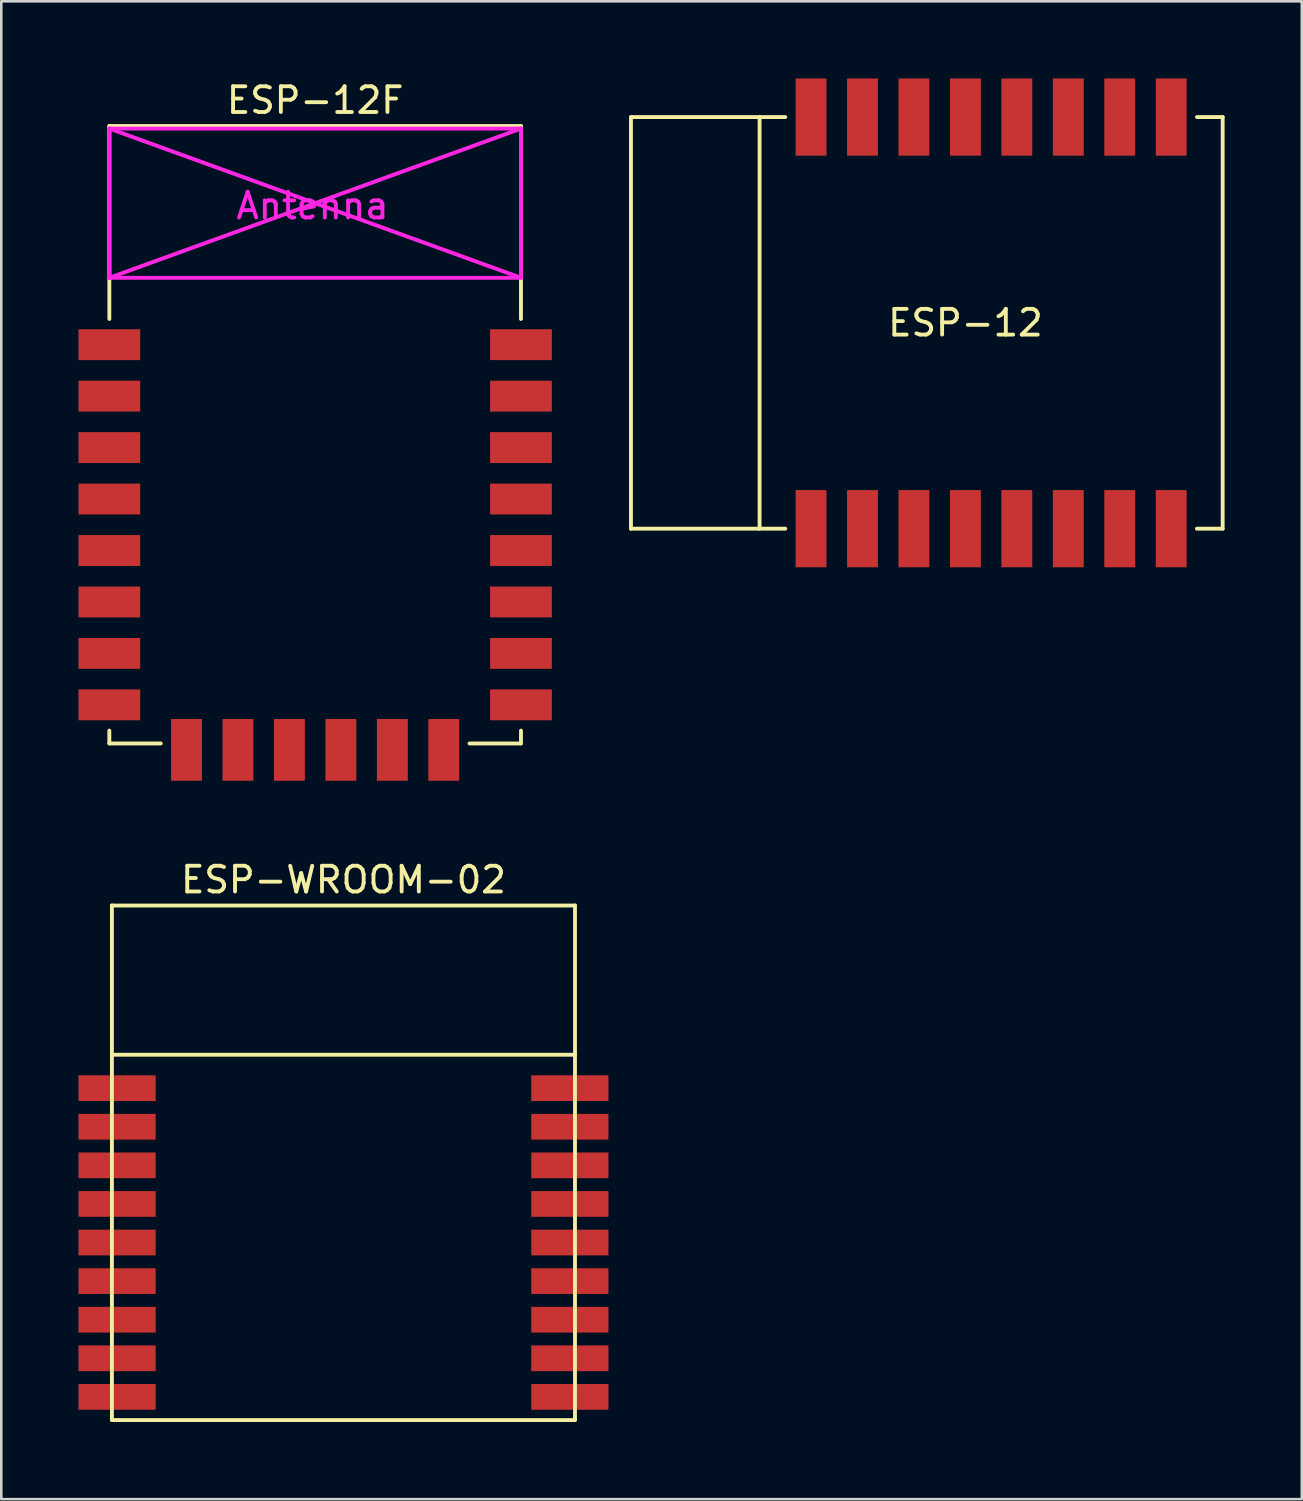
<source format=kicad_pcb>
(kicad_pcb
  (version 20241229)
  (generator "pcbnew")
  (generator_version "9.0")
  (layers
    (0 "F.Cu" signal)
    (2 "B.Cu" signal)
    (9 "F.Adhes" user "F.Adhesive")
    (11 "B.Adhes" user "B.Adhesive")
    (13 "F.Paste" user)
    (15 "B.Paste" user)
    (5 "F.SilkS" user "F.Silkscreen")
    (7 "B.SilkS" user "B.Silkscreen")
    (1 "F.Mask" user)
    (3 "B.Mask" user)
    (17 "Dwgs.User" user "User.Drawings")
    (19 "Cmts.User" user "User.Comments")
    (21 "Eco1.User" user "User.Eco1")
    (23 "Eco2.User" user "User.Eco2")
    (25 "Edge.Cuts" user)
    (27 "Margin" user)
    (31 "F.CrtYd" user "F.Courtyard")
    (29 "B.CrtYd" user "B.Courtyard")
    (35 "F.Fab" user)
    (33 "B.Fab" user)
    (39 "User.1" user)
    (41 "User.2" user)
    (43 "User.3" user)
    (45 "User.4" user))
  (footprint "ESP-12"
    (layer "F.Cu")
    (at 34.475 9.5)
    (property "Reference" "ESP-12" (at 0 0 0) (layer "F.SilkS") (effects (font (size 1 1) (thickness 0.15))))
    (attr through_hole)
    (fp_line (start -13 -8) (end -7 -8) (stroke (width 0.15) (type solid)) (layer "F.SilkS"))
    (fp_line (start -13 8) (end -13 -8) (stroke (width 0.15) (type solid)) (layer "F.SilkS"))
    (fp_line (start -8 -8) (end -8 8) (stroke (width 0.15) (type solid)) (layer "F.SilkS"))
    (fp_line (start -7 8) (end -13 8) (stroke (width 0.15) (type solid)) (layer "F.SilkS"))
    (fp_line (start 9 8) (end 10 8) (stroke (width 0.15) (type solid)) (layer "F.SilkS"))
    (fp_line (start 10 -8) (end 9 -8) (stroke (width 0.15) (type solid)) (layer "F.SilkS"))
    (fp_line (start 10 8) (end 10 -8) (stroke (width 0.15) (type solid)) (layer "F.SilkS"))
    (pad "1" smd rect (at -6 8) (size 1.2 3) (layers "F.Cu" "F.Mask" "F.Paste"))
    (pad "2" smd rect (at -4 8) (size 1.2 3) (layers "F.Cu" "F.Mask" "F.Paste"))
    (pad "3" smd rect (at -2 8) (size 1.2 3) (layers "F.Cu" "F.Mask" "F.Paste"))
    (pad "4" smd rect (at 0 8) (size 1.2 3) (layers "F.Cu" "F.Mask" "F.Paste"))
    (pad "5" smd rect (at 2 8) (size 1.2 3) (layers "F.Cu" "F.Mask" "F.Paste"))
    (pad "6" smd rect (at 4 8) (size 1.2 3) (layers "F.Cu" "F.Mask" "F.Paste"))
    (pad "7" smd rect (at 6 8) (size 1.2 3) (layers "F.Cu" "F.Mask" "F.Paste"))
    (pad "8" smd rect (at 8 8) (size 1.2 3) (layers "F.Cu" "F.Mask" "F.Paste"))
    (pad "9" smd rect (at 8 -8) (size 1.2 3) (layers "F.Cu" "F.Mask" "F.Paste"))
    (pad "10" smd rect (at 6 -8) (size 1.2 3) (layers "F.Cu" "F.Mask" "F.Paste"))
    (pad "11" smd rect (at 4 -8) (size 1.2 3) (layers "F.Cu" "F.Mask" "F.Paste"))
    (pad "12" smd rect (at 2 -8) (size 1.2 3) (layers "F.Cu" "F.Mask" "F.Paste"))
    (pad "13" smd rect (at 0 -8) (size 1.2 3) (layers "F.Cu" "F.Mask" "F.Paste"))
    (pad "14" smd rect (at -2 -8) (size 1.2 3) (layers "F.Cu" "F.Mask" "F.Paste"))
    (pad "15" smd rect (at -4 -8) (size 1.2 3) (layers "F.Cu" "F.Mask" "F.Paste"))
    (pad "16" smd rect (at -6 -8) (size 1.2 3) (layers "F.Cu" "F.Mask" "F.Paste")))
  (footprint "ESP-WROOM-02"
    (layer "F.Cu")
    (at 10.3 42.147)
    (property "Reference" "ESP-WROOM-02" (at 0 -11 0) (layer "F.SilkS") (effects (font (size 1 1) (thickness 0.15))))
    (attr through_hole)
    (fp_line (start -9 -10) (end -9 10) (stroke (width 0.15) (type solid)) (layer "F.SilkS"))
    (fp_line (start -9 -4.2) (end 9 -4.2) (stroke (width 0.15) (type solid)) (layer "F.SilkS"))
    (fp_line (start -9 10) (end 9 10) (stroke (width 0.15) (type solid)) (layer "F.SilkS"))
    (fp_line (start 9 -10) (end -9 -10) (stroke (width 0.15) (type solid)) (layer "F.SilkS"))
    (fp_line (start 9 10) (end 9 -10) (stroke (width 0.15) (type solid)) (layer "F.SilkS"))
    (pad "1" smd rect (at -9 -2.9) (size 3 1) (drill (offset 0.2 0)) (layers "F.Cu" "F.Mask" "F.Paste"))
    (pad "2" smd rect (at -9 -1.4) (size 3 1) (drill (offset 0.2 0)) (layers "F.Cu" "F.Mask" "F.Paste"))
    (pad "3" smd rect (at -9 0.1) (size 3 1) (drill (offset 0.2 0)) (layers "F.Cu" "F.Mask" "F.Paste"))
    (pad "4" smd rect (at -9 1.6) (size 3 1) (drill (offset 0.2 0)) (layers "F.Cu" "F.Mask" "F.Paste"))
    (pad "5" smd rect (at -9 3.1) (size 3 1) (drill (offset 0.2 0)) (layers "F.Cu" "F.Mask" "F.Paste"))
    (pad "6" smd rect (at -9 4.6) (size 3 1) (drill (offset 0.2 0)) (layers "F.Cu" "F.Mask" "F.Paste"))
    (pad "7" smd rect (at -9 6.1) (size 3 1) (drill (offset 0.2 0)) (layers "F.Cu" "F.Mask" "F.Paste"))
    (pad "8" smd rect (at -9 7.6) (size 3 1) (drill (offset 0.2 0)) (layers "F.Cu" "F.Mask" "F.Paste"))
    (pad "9" smd rect (at -9 9.1) (size 3 1) (drill (offset 0.2 0)) (layers "F.Cu" "F.Mask" "F.Paste"))
    (pad "10" smd rect (at 9 9.1) (size 3 1) (drill (offset -0.2 0)) (layers "F.Cu" "F.Mask" "F.Paste"))
    (pad "11" smd rect (at 9 7.6) (size 3 1) (drill (offset -0.2 0)) (layers "F.Cu" "F.Mask" "F.Paste"))
    (pad "12" smd rect (at 9 6.1) (size 3 1) (drill (offset -0.2 0)) (layers "F.Cu" "F.Mask" "F.Paste"))
    (pad "13" smd rect (at 9 4.6) (size 3 1) (drill (offset -0.2 0)) (layers "F.Cu" "F.Mask" "F.Paste"))
    (pad "14" smd rect (at 9 3.1) (size 3 1) (drill (offset -0.2 0)) (layers "F.Cu" "F.Mask" "F.Paste"))
    (pad "15" smd rect (at 9 1.6) (size 3 1) (drill (offset -0.2 0)) (layers "F.Cu" "F.Mask" "F.Paste"))
    (pad "16" smd rect (at 9 0.1) (size 3 1) (drill (offset -0.2 0)) (layers "F.Cu" "F.Mask" "F.Paste"))
    (pad "17" smd rect (at 9 -1.4) (size 3 1) (drill (offset -0.2 0)) (layers "F.Cu" "F.Mask" "F.Paste"))
    (pad "18" smd rect (at 9 -2.9) (size 3 1) (drill (offset -0.2 0)) (layers "F.Cu" "F.Mask" "F.Paste")))
  (footprint "ESP-12F"
    (layer "F.Cu")
    (at 9.2 17.348)
    (property "Reference" "ESP-12F" (at 0 -16.5 0) (layer "F.SilkS") (effects (font (size 1 1) (thickness 0.15))))
    (attr through_hole)
    (fp_line (start -8 -15.5) (end 8 -15.5) (stroke (width 0.15) (type solid)) (layer "F.SilkS"))
    (fp_line (start -8 -8) (end -8 -15.5) (stroke (width 0.15) (type solid)) (layer "F.SilkS"))
    (fp_line (start -8 8) (end -8 8.5) (stroke (width 0.15) (type solid)) (layer "F.SilkS"))
    (fp_line (start -8 8.5) (end -6 8.5) (stroke (width 0.15) (type solid)) (layer "F.SilkS"))
    (fp_line (start 6 8.5) (end 8 8.5) (stroke (width 0.15) (type solid)) (layer "F.SilkS"))
    (fp_line (start 8 -15.5) (end 8 -8) (stroke (width 0.15) (type solid)) (layer "F.SilkS"))
    (fp_line (start 8 8.5) (end 8 8) (stroke (width 0.15) (type solid)) (layer "F.SilkS"))
    (fp_line (start -8 -15.4) (end -8 -9.6) (stroke (width 0.152) (type solid)) (layer "F.CrtYd"))
    (fp_line (start -8 -15.4) (end 8 -9.6) (stroke (width 0.152) (type solid)) (layer "F.CrtYd"))
    (fp_line (start -8 -9.6) (end 8 -9.6) (stroke (width 0.152) (type solid)) (layer "F.CrtYd"))
    (fp_line (start 8 -15.4) (end -8 -15.4) (stroke (width 0.152) (type solid)) (layer "F.CrtYd"))
    (fp_line (start 8 -15.4) (end -8 -9.6) (stroke (width 0.152) (type solid)) (layer "F.CrtYd"))
    (fp_line (start 8 -9.6) (end 8 -15.4) (stroke (width 0.152) (type solid)) (layer "F.CrtYd"))
    (fp_text user "Antenna" (at -0.1 -12.4 0) (layer "F.CrtYd") (effects (font (size 1 1) (thickness 0.15))))
    (pad "1" smd rect (at -8 -7) (size 2.4 1.2) (layers "F.Cu" "F.Mask" "F.Paste"))
    (pad "2" smd rect (at -8 -5) (size 2.4 1.2) (layers "F.Cu" "F.Mask" "F.Paste"))
    (pad "3" smd rect (at -8 -3) (size 2.4 1.2) (layers "F.Cu" "F.Mask" "F.Paste"))
    (pad "4" smd rect (at -8 -1) (size 2.4 1.2) (layers "F.Cu" "F.Mask" "F.Paste"))
    (pad "5" smd rect (at -8 1) (size 2.4 1.2) (layers "F.Cu" "F.Mask" "F.Paste"))
    (pad "6" smd rect (at -8 3) (size 2.4 1.2) (layers "F.Cu" "F.Mask" "F.Paste"))
    (pad "7" smd rect (at -8 5) (size 2.4 1.2) (layers "F.Cu" "F.Mask" "F.Paste"))
    (pad "8" smd rect (at -8 7) (size 2.4 1.2) (layers "F.Cu" "F.Mask" "F.Paste"))
    (pad "9" smd rect (at -5 8.75 90) (size 2.4 1.2) (layers "F.Cu" "F.Mask" "F.Paste"))
    (pad "10" smd trapezoid (at -3 8.75 90) (size 2.4 1.2) (layers "F.Cu" "F.Mask" "F.Paste"))
    (pad "11" smd rect (at -1 8.75 90) (size 2.4 1.2) (layers "F.Cu" "F.Mask" "F.Paste"))
    (pad "12" smd rect (at 1 8.75 90) (size 2.4 1.2) (layers "F.Cu" "F.Mask" "F.Paste"))
    (pad "13" smd rect (at 3 8.75 90) (size 2.4 1.2) (layers "F.Cu" "F.Mask" "F.Paste"))
    (pad "14" smd rect (at 5 8.75 90) (size 2.4 1.2) (layers "F.Cu" "F.Mask" "F.Paste"))
    (pad "15" smd rect (at 8 7) (size 2.4 1.2) (layers "F.Cu" "F.Mask" "F.Paste"))
    (pad "16" smd rect (at 8 5) (size 2.4 1.2) (layers "F.Cu" "F.Mask" "F.Paste"))
    (pad "17" smd rect (at 8 3) (size 2.4 1.2) (layers "F.Cu" "F.Mask" "F.Paste"))
    (pad "18" smd rect (at 8 1) (size 2.4 1.2) (layers "F.Cu" "F.Mask" "F.Paste"))
    (pad "19" smd rect (at 8 -1) (size 2.4 1.2) (layers "F.Cu" "F.Mask" "F.Paste"))
    (pad "20" smd rect (at 8 -3) (size 2.4 1.2) (layers "F.Cu" "F.Mask" "F.Paste"))
    (pad "21" smd rect (at 8 -5) (size 2.4 1.2) (layers "F.Cu" "F.Mask" "F.Paste"))
    (pad "22" smd rect (at 8 -7) (size 2.4 1.2) (layers "F.Cu" "F.Mask" "F.Paste")))
  (gr_rect
    (start -3 -3)
    (end 47.55 55.221)
    (stroke (width 0.1) (type default))
    (fill no)
    (layer "Edge.Cuts")))
</source>
